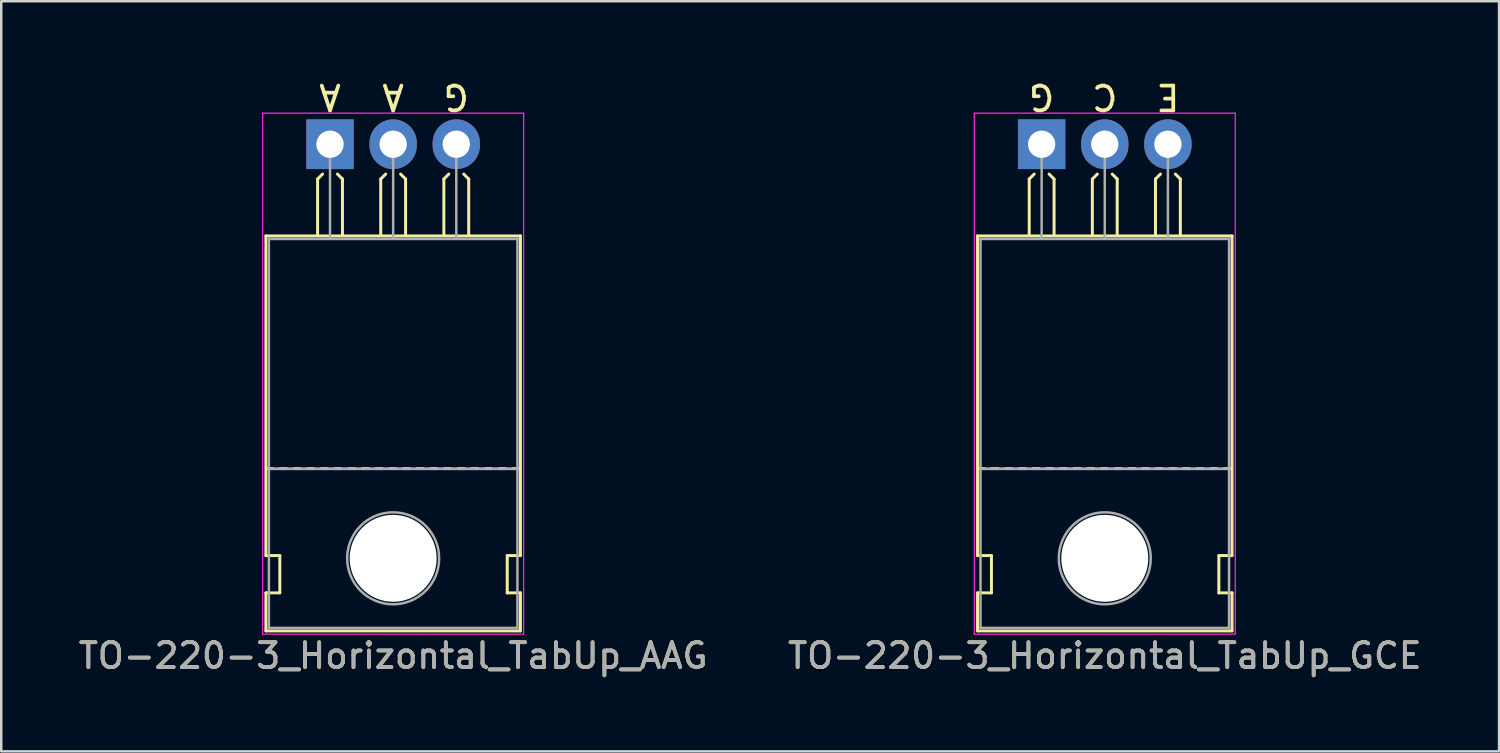
<source format=kicad_pcb>
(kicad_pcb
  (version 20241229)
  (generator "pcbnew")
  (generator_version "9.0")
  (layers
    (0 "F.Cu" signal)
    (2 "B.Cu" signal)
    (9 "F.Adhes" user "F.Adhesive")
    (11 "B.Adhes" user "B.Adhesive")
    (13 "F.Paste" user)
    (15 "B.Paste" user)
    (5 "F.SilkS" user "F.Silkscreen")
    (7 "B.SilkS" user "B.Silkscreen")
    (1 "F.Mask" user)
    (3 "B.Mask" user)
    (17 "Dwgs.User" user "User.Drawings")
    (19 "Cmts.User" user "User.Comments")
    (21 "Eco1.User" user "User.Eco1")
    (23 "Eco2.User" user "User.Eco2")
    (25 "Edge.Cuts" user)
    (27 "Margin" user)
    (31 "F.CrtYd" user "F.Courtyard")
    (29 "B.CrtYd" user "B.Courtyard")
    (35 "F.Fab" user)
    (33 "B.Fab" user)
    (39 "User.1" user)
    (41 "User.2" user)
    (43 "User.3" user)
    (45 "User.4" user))
  (footprint "TO-220-3_Horizontal_TabUp_GCE"
    (layer "F.Cu")
    (at 38.859 2.753)
    (property "Reference" "TO-220-3_Horizontal_TabUp_GCE" (at 2.54 20.58 0) (layer "F.SilkS") (effects (font (size 1 1) (thickness 0.15))))
    (fp_line (start -2.58 16.55) (end -2.58 3.69) (stroke (width 0.12) (type solid)) (layer "F.SilkS"))
    (fp_line (start -2.58 16.55) (end -2.02 16.55) (stroke (width 0.12) (type solid)) (layer "F.SilkS"))
    (fp_line (start -2.58 19.58) (end -2.58 18.05) (stroke (width 0.12) (type solid)) (layer "F.SilkS"))
    (fp_line (start -2.3 13.05) (end -2.55 13.05) (stroke (width 0.12) (type solid)) (layer "F.SilkS"))
    (fp_line (start -2.02 16.55) (end -2.02 18.05) (stroke (width 0.12) (type solid)) (layer "F.SilkS"))
    (fp_line (start -2.02 18.05) (end -2.58 18.05) (stroke (width 0.12) (type solid)) (layer "F.SilkS"))
    (fp_line (start -1.75 13.05) (end -2 13.05) (stroke (width 0.12) (type solid)) (layer "F.SilkS"))
    (fp_line (start -1.2 13.05) (end -1.45 13.05) (stroke (width 0.12) (type solid)) (layer "F.SilkS"))
    (fp_line (start -0.65 13.05) (end -0.9 13.05) (stroke (width 0.12) (type solid)) (layer "F.SilkS"))
    (fp_line (start -0.5 1.4) (end -0.3 1.2) (stroke (width 0.12) (type solid)) (layer "F.SilkS"))
    (fp_line (start -0.5 3.65) (end -0.5 1.4) (stroke (width 0.12) (type solid)) (layer "F.SilkS"))
    (fp_line (start -0.1 13.05) (end -0.35 13.05) (stroke (width 0.12) (type solid)) (layer "F.SilkS"))
    (fp_line (start 0.45 13.05) (end 0.2 13.05) (stroke (width 0.12) (type solid)) (layer "F.SilkS"))
    (fp_line (start 0.5 1.4) (end 0.3 1.2) (stroke (width 0.12) (type solid)) (layer "F.SilkS"))
    (fp_line (start 0.5 3.65) (end 0.5 1.4) (stroke (width 0.12) (type solid)) (layer "F.SilkS"))
    (fp_line (start 1 13.05) (end 0.75 13.05) (stroke (width 0.12) (type solid)) (layer "F.SilkS"))
    (fp_line (start 1.55 13.05) (end 1.3 13.05) (stroke (width 0.12) (type solid)) (layer "F.SilkS"))
    (fp_line (start 2.04 1.4) (end 2.24 1.2) (stroke (width 0.12) (type solid)) (layer "F.SilkS"))
    (fp_line (start 2.04 3.65) (end 2.04 1.4) (stroke (width 0.12) (type solid)) (layer "F.SilkS"))
    (fp_line (start 2.1 13.05) (end 1.85 13.05) (stroke (width 0.12) (type solid)) (layer "F.SilkS"))
    (fp_line (start 2.65 13.05) (end 2.4 13.05) (stroke (width 0.12) (type solid)) (layer "F.SilkS"))
    (fp_line (start 3.04 1.4) (end 2.84 1.2) (stroke (width 0.12) (type solid)) (layer "F.SilkS"))
    (fp_line (start 3.04 3.65) (end 3.04 1.4) (stroke (width 0.12) (type solid)) (layer "F.SilkS"))
    (fp_line (start 3.2 13.05) (end 2.95 13.05) (stroke (width 0.12) (type solid)) (layer "F.SilkS"))
    (fp_line (start 3.75 13.05) (end 3.5 13.05) (stroke (width 0.12) (type solid)) (layer "F.SilkS"))
    (fp_line (start 4.3 13.05) (end 4.05 13.05) (stroke (width 0.12) (type solid)) (layer "F.SilkS"))
    (fp_line (start 4.58 1.4) (end 4.78 1.2) (stroke (width 0.12) (type solid)) (layer "F.SilkS"))
    (fp_line (start 4.58 3.65) (end 4.58 1.4) (stroke (width 0.12) (type solid)) (layer "F.SilkS"))
    (fp_line (start 4.85 13.05) (end 4.6 13.05) (stroke (width 0.12) (type solid)) (layer "F.SilkS"))
    (fp_line (start 5.4 13.05) (end 5.15 13.05) (stroke (width 0.12) (type solid)) (layer "F.SilkS"))
    (fp_line (start 5.58 1.4) (end 5.38 1.2) (stroke (width 0.12) (type solid)) (layer "F.SilkS"))
    (fp_line (start 5.58 3.65) (end 5.58 1.4) (stroke (width 0.12) (type solid)) (layer "F.SilkS"))
    (fp_line (start 5.95 13.05) (end 5.7 13.05) (stroke (width 0.12) (type solid)) (layer "F.SilkS"))
    (fp_line (start 6.5 13.05) (end 6.25 13.05) (stroke (width 0.12) (type solid)) (layer "F.SilkS"))
    (fp_line (start 7.05 13.05) (end 6.8 13.05) (stroke (width 0.12) (type solid)) (layer "F.SilkS"))
    (fp_line (start 7.13 16.55) (end 7.655 16.55) (stroke (width 0.12) (type solid)) (layer "F.SilkS"))
    (fp_line (start 7.13 18.05) (end 7.13 16.55) (stroke (width 0.12) (type solid)) (layer "F.SilkS"))
    (fp_line (start 7.6 13.05) (end 7.35 13.05) (stroke (width 0.12) (type solid)) (layer "F.SilkS"))
    (fp_line (start 7.66 3.69) (end -2.58 3.69) (stroke (width 0.12) (type solid)) (layer "F.SilkS"))
    (fp_line (start 7.66 16.55) (end 7.66 3.69) (stroke (width 0.12) (type solid)) (layer "F.SilkS"))
    (fp_line (start 7.66 18.05) (end 7.13 18.05) (stroke (width 0.12) (type solid)) (layer "F.SilkS"))
    (fp_line (start 7.66 19.58) (end -2.58 19.58) (stroke (width 0.12) (type solid)) (layer "F.SilkS"))
    (fp_line (start 7.66 19.58) (end 7.66 18.05) (stroke (width 0.12) (type solid)) (layer "F.SilkS"))
    (fp_line (start -2.71 -1.25) (end -2.71 19.71) (stroke (width 0.05) (type solid)) (layer "F.CrtYd"))
    (fp_line (start -2.71 19.71) (end 7.79 19.71) (stroke (width 0.05) (type solid)) (layer "F.CrtYd"))
    (fp_line (start 7.79 -1.25) (end -2.71 -1.25) (stroke (width 0.05) (type solid)) (layer "F.CrtYd"))
    (fp_line (start 7.79 19.71) (end 7.79 -1.25) (stroke (width 0.05) (type solid)) (layer "F.CrtYd"))
    (fp_line (start -2.46 3.81) (end -2.46 13.06) (stroke (width 0.1) (type solid)) (layer "F.Fab"))
    (fp_line (start -2.46 13.06) (end -2.46 19.46) (stroke (width 0.1) (type solid)) (layer "F.Fab"))
    (fp_line (start -2.46 13.06) (end 7.54 13.06) (stroke (width 0.1) (type solid)) (layer "F.Fab"))
    (fp_line (start -2.46 19.46) (end 7.54 19.46) (stroke (width 0.1) (type solid)) (layer "F.Fab"))
    (fp_line (start 0 3.81) (end 0 0) (stroke (width 0.1) (type solid)) (layer "F.Fab"))
    (fp_line (start 2.54 3.81) (end 2.54 0) (stroke (width 0.1) (type solid)) (layer "F.Fab"))
    (fp_line (start 5.08 3.81) (end 5.08 0) (stroke (width 0.1) (type solid)) (layer "F.Fab"))
    (fp_line (start 7.54 3.81) (end -2.46 3.81) (stroke (width 0.1) (type solid)) (layer "F.Fab"))
    (fp_line (start 7.54 13.06) (end -2.46 13.06) (stroke (width 0.1) (type solid)) (layer "F.Fab"))
    (fp_line (start 7.54 13.06) (end 7.54 3.81) (stroke (width 0.1) (type solid)) (layer "F.Fab"))
    (fp_line (start 7.54 19.46) (end 7.54 13.06) (stroke (width 0.1) (type solid)) (layer "F.Fab"))
    (fp_circle (center 2.54 16.66) (end 4.39 16.66) (stroke (width 0.1) (type solid)) (fill no) (layer "F.Fab"))
    (fp_text user "G" (at 0 -1.905 180) (unlocked yes) (layer "F.SilkS") (effects (font (size 1 1) (thickness 0.15))))
    (fp_text user "C" (at 2.54 -1.905 180) (unlocked yes) (layer "F.SilkS") (effects (font (size 1 1) (thickness 0.15))))
    (fp_text user "E" (at 5.08 -1.905 180) (unlocked yes) (layer "F.SilkS") (effects (font (size 1 1) (thickness 0.15))))
    (fp_text user "${REFERENCE}" (at 2.54 20.58 0) (layer "F.Fab") (effects (font (size 1 1) (thickness 0.15))))
    (pad "" np_thru_hole oval (at 2.54 16.66) (size 3.5 3.5) (drill 3.5) (layers "*.Cu" "*.Mask"))
    (pad "1" thru_hole rect (at 0 0) (size 1.905 2) (drill 1.1) (layers "*.Cu" "*.Mask"))
    (pad "2" thru_hole oval (at 2.54 0) (size 1.905 2) (drill 1.1) (layers "*.Cu" "*.Mask"))
    (pad "3" thru_hole oval (at 5.08 0) (size 1.905 2) (drill 1.1) (layers "*.Cu" "*.Mask")))
  (footprint "TO-220-3_Horizontal_TabUp_AAG"
    (layer "F.Cu")
    (at 10.228 2.753)
    (property "Reference" "TO-220-3_Horizontal_TabUp_AAG" (at 2.54 20.58 0) (layer "F.SilkS") (effects (font (size 1 1) (thickness 0.15))))
    (fp_line (start -2.58 16.55) (end -2.58 3.69) (stroke (width 0.12) (type solid)) (layer "F.SilkS"))
    (fp_line (start -2.58 16.55) (end -2.02 16.55) (stroke (width 0.12) (type solid)) (layer "F.SilkS"))
    (fp_line (start -2.58 19.58) (end -2.58 18.05) (stroke (width 0.12) (type solid)) (layer "F.SilkS"))
    (fp_line (start -2.3 13.05) (end -2.55 13.05) (stroke (width 0.12) (type solid)) (layer "F.SilkS"))
    (fp_line (start -2.02 16.55) (end -2.02 18.05) (stroke (width 0.12) (type solid)) (layer "F.SilkS"))
    (fp_line (start -2.02 18.05) (end -2.58 18.05) (stroke (width 0.12) (type solid)) (layer "F.SilkS"))
    (fp_line (start -1.75 13.05) (end -2 13.05) (stroke (width 0.12) (type solid)) (layer "F.SilkS"))
    (fp_line (start -1.2 13.05) (end -1.45 13.05) (stroke (width 0.12) (type solid)) (layer "F.SilkS"))
    (fp_line (start -0.65 13.05) (end -0.9 13.05) (stroke (width 0.12) (type solid)) (layer "F.SilkS"))
    (fp_line (start -0.5 1.4) (end -0.3 1.2) (stroke (width 0.12) (type solid)) (layer "F.SilkS"))
    (fp_line (start -0.5 3.65) (end -0.5 1.4) (stroke (width 0.12) (type solid)) (layer "F.SilkS"))
    (fp_line (start -0.1 13.05) (end -0.35 13.05) (stroke (width 0.12) (type solid)) (layer "F.SilkS"))
    (fp_line (start 0.45 13.05) (end 0.2 13.05) (stroke (width 0.12) (type solid)) (layer "F.SilkS"))
    (fp_line (start 0.5 1.4) (end 0.3 1.2) (stroke (width 0.12) (type solid)) (layer "F.SilkS"))
    (fp_line (start 0.5 3.65) (end 0.5 1.4) (stroke (width 0.12) (type solid)) (layer "F.SilkS"))
    (fp_line (start 1 13.05) (end 0.75 13.05) (stroke (width 0.12) (type solid)) (layer "F.SilkS"))
    (fp_line (start 1.55 13.05) (end 1.3 13.05) (stroke (width 0.12) (type solid)) (layer "F.SilkS"))
    (fp_line (start 2.04 1.4) (end 2.24 1.2) (stroke (width 0.12) (type solid)) (layer "F.SilkS"))
    (fp_line (start 2.04 3.65) (end 2.04 1.4) (stroke (width 0.12) (type solid)) (layer "F.SilkS"))
    (fp_line (start 2.1 13.05) (end 1.85 13.05) (stroke (width 0.12) (type solid)) (layer "F.SilkS"))
    (fp_line (start 2.65 13.05) (end 2.4 13.05) (stroke (width 0.12) (type solid)) (layer "F.SilkS"))
    (fp_line (start 3.04 1.4) (end 2.84 1.2) (stroke (width 0.12) (type solid)) (layer "F.SilkS"))
    (fp_line (start 3.04 3.65) (end 3.04 1.4) (stroke (width 0.12) (type solid)) (layer "F.SilkS"))
    (fp_line (start 3.2 13.05) (end 2.95 13.05) (stroke (width 0.12) (type solid)) (layer "F.SilkS"))
    (fp_line (start 3.75 13.05) (end 3.5 13.05) (stroke (width 0.12) (type solid)) (layer "F.SilkS"))
    (fp_line (start 4.3 13.05) (end 4.05 13.05) (stroke (width 0.12) (type solid)) (layer "F.SilkS"))
    (fp_line (start 4.58 1.4) (end 4.78 1.2) (stroke (width 0.12) (type solid)) (layer "F.SilkS"))
    (fp_line (start 4.58 3.65) (end 4.58 1.4) (stroke (width 0.12) (type solid)) (layer "F.SilkS"))
    (fp_line (start 4.85 13.05) (end 4.6 13.05) (stroke (width 0.12) (type solid)) (layer "F.SilkS"))
    (fp_line (start 5.4 13.05) (end 5.15 13.05) (stroke (width 0.12) (type solid)) (layer "F.SilkS"))
    (fp_line (start 5.58 1.4) (end 5.38 1.2) (stroke (width 0.12) (type solid)) (layer "F.SilkS"))
    (fp_line (start 5.58 3.65) (end 5.58 1.4) (stroke (width 0.12) (type solid)) (layer "F.SilkS"))
    (fp_line (start 5.95 13.05) (end 5.7 13.05) (stroke (width 0.12) (type solid)) (layer "F.SilkS"))
    (fp_line (start 6.5 13.05) (end 6.25 13.05) (stroke (width 0.12) (type solid)) (layer "F.SilkS"))
    (fp_line (start 7.05 13.05) (end 6.8 13.05) (stroke (width 0.12) (type solid)) (layer "F.SilkS"))
    (fp_line (start 7.13 16.55) (end 7.655 16.55) (stroke (width 0.12) (type solid)) (layer "F.SilkS"))
    (fp_line (start 7.13 18.05) (end 7.13 16.55) (stroke (width 0.12) (type solid)) (layer "F.SilkS"))
    (fp_line (start 7.6 13.05) (end 7.35 13.05) (stroke (width 0.12) (type solid)) (layer "F.SilkS"))
    (fp_line (start 7.66 3.69) (end -2.58 3.69) (stroke (width 0.12) (type solid)) (layer "F.SilkS"))
    (fp_line (start 7.66 16.55) (end 7.66 3.69) (stroke (width 0.12) (type solid)) (layer "F.SilkS"))
    (fp_line (start 7.66 18.05) (end 7.13 18.05) (stroke (width 0.12) (type solid)) (layer "F.SilkS"))
    (fp_line (start 7.66 19.58) (end -2.58 19.58) (stroke (width 0.12) (type solid)) (layer "F.SilkS"))
    (fp_line (start 7.66 19.58) (end 7.66 18.05) (stroke (width 0.12) (type solid)) (layer "F.SilkS"))
    (fp_line (start -2.71 -1.25) (end -2.71 19.71) (stroke (width 0.05) (type solid)) (layer "F.CrtYd"))
    (fp_line (start -2.71 19.71) (end 7.79 19.71) (stroke (width 0.05) (type solid)) (layer "F.CrtYd"))
    (fp_line (start 7.79 -1.25) (end -2.71 -1.25) (stroke (width 0.05) (type solid)) (layer "F.CrtYd"))
    (fp_line (start 7.79 19.71) (end 7.79 -1.25) (stroke (width 0.05) (type solid)) (layer "F.CrtYd"))
    (fp_line (start -2.46 3.81) (end -2.46 13.06) (stroke (width 0.1) (type solid)) (layer "F.Fab"))
    (fp_line (start -2.46 13.06) (end -2.46 19.46) (stroke (width 0.1) (type solid)) (layer "F.Fab"))
    (fp_line (start -2.46 13.06) (end 7.54 13.06) (stroke (width 0.1) (type solid)) (layer "F.Fab"))
    (fp_line (start -2.46 19.46) (end 7.54 19.46) (stroke (width 0.1) (type solid)) (layer "F.Fab"))
    (fp_line (start 0 3.81) (end 0 0) (stroke (width 0.1) (type solid)) (layer "F.Fab"))
    (fp_line (start 2.54 3.81) (end 2.54 0) (stroke (width 0.1) (type solid)) (layer "F.Fab"))
    (fp_line (start 5.08 3.81) (end 5.08 0) (stroke (width 0.1) (type solid)) (layer "F.Fab"))
    (fp_line (start 7.54 3.81) (end -2.46 3.81) (stroke (width 0.1) (type solid)) (layer "F.Fab"))
    (fp_line (start 7.54 13.06) (end -2.46 13.06) (stroke (width 0.1) (type solid)) (layer "F.Fab"))
    (fp_line (start 7.54 13.06) (end 7.54 3.81) (stroke (width 0.1) (type solid)) (layer "F.Fab"))
    (fp_line (start 7.54 19.46) (end 7.54 13.06) (stroke (width 0.1) (type solid)) (layer "F.Fab"))
    (fp_circle (center 2.54 16.66) (end 4.39 16.66) (stroke (width 0.1) (type solid)) (fill no) (layer "F.Fab"))
    (fp_text user "A" (at 0 -1.905 180) (unlocked yes) (layer "F.SilkS") (effects (font (size 1 1) (thickness 0.15))))
    (fp_text user "G" (at 5.08 -1.905 180) (unlocked yes) (layer "F.SilkS") (effects (font (size 1 1) (thickness 0.15))))
    (fp_text user "A" (at 2.54 -1.905 180) (unlocked yes) (layer "F.SilkS") (effects (font (size 1 1) (thickness 0.15))))
    (fp_text user "${REFERENCE}" (at 2.54 20.58 0) (layer "F.Fab") (effects (font (size 1 1) (thickness 0.15))))
    (pad "" np_thru_hole oval (at 2.54 16.66) (size 3.5 3.5) (drill 3.5) (layers "*.Cu" "*.Mask"))
    (pad "1" thru_hole rect (at 0 0) (size 1.905 2) (drill 1.1) (layers "*.Cu" "*.Mask"))
    (pad "2" thru_hole oval (at 2.54 0) (size 1.905 2) (drill 1.1) (layers "*.Cu" "*.Mask"))
    (pad "3" thru_hole oval (at 5.08 0) (size 1.905 2) (drill 1.1) (layers "*.Cu" "*.Mask")))
  (gr_rect
    (start -3 -3)
    (end 57.262 27.181)
    (stroke (width 0.1) (type default))
    (fill no)
    (layer "Edge.Cuts")))
</source>
